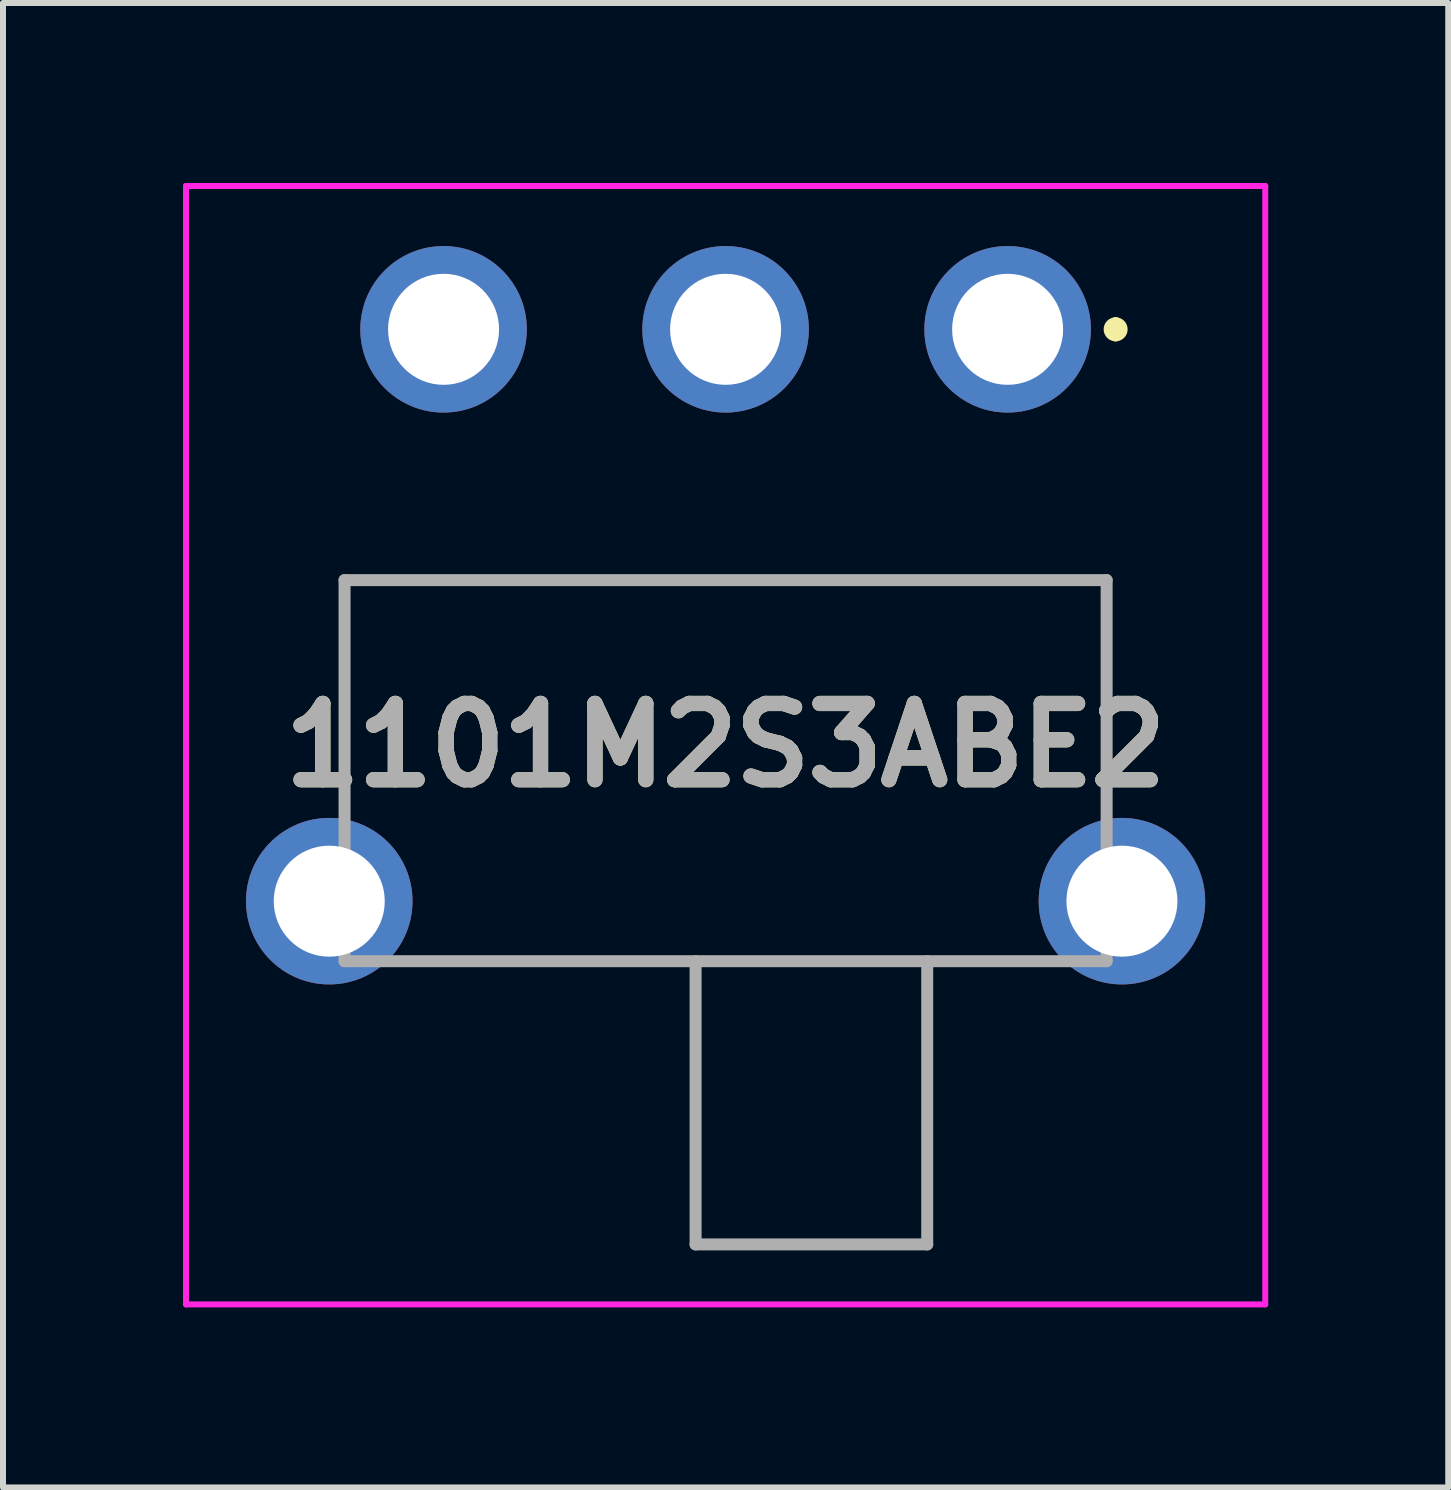
<source format=kicad_pcb>
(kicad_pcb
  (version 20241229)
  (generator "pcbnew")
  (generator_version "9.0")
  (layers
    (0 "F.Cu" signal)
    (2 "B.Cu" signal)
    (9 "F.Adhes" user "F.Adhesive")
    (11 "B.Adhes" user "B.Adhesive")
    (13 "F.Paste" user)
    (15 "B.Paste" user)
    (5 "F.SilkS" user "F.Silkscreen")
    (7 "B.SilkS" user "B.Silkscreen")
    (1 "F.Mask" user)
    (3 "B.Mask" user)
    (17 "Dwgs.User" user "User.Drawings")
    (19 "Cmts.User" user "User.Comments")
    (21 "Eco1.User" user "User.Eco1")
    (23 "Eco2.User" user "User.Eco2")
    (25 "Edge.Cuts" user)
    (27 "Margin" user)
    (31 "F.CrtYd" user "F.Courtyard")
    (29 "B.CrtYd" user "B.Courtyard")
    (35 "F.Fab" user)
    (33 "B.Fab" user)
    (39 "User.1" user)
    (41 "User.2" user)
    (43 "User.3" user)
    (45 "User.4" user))
  (footprint "1101M2S3ABE2"
    (layer "F.Cu")
    (at 13.742 2.438)
    (property "Reference" "1101M2S3ABE2" (at -4.7 6.931 0) (layer "F.SilkS") (effects (font (size 1.27 1.27) (thickness 0.254))))
    (attr through_hole)
    (fp_line (start -11.05 4.18) (end 1.65 4.18) (stroke (width 0.1) (type solid)) (layer "F.SilkS"))
    (fp_line (start -11.05 7.53) (end -11.05 4.18) (stroke (width 0.1) (type solid)) (layer "F.SilkS"))
    (fp_line (start -9.7 10.53) (end 0.3 10.53) (stroke (width 0.1) (type solid)) (layer "F.SilkS"))
    (fp_line (start 1.65 4.18) (end 1.65 7.53) (stroke (width 0.1) (type solid)) (layer "F.SilkS"))
    (fp_line (start 1.8 -0.1) (end 1.8 -0.1) (stroke (width 0.2) (type solid)) (layer "F.SilkS"))
    (fp_line (start 1.8 0.1) (end 1.8 0.1) (stroke (width 0.2) (type solid)) (layer "F.SilkS"))
    (fp_arc (start 1.8 -0.1) (mid 1.9 0) (end 1.8 0.1) (stroke (width 0.2) (type solid)) (layer "F.SilkS"))
    (fp_arc (start 1.8 0.1) (mid 1.7 0) (end 1.8 -0.1) (stroke (width 0.2) (type solid)) (layer "F.SilkS"))
    (fp_line (start -13.692 -2.388) (end 4.293 -2.388) (stroke (width 0.1) (type solid)) (layer "F.CrtYd"))
    (fp_line (start -13.692 16.25) (end -13.692 -2.388) (stroke (width 0.1) (type solid)) (layer "F.CrtYd"))
    (fp_line (start 4.293 -2.388) (end 4.293 16.25) (stroke (width 0.1) (type solid)) (layer "F.CrtYd"))
    (fp_line (start 4.293 16.25) (end -13.692 16.25) (stroke (width 0.1) (type solid)) (layer "F.CrtYd"))
    (fp_line (start -11.05 4.18) (end 1.65 4.18) (stroke (width 0.2) (type solid)) (layer "F.Fab"))
    (fp_line (start -11.05 10.53) (end -11.05 4.18) (stroke (width 0.2) (type solid)) (layer "F.Fab"))
    (fp_line (start -5.2 10.53) (end -5.2 15.25) (stroke (width 0.2) (type solid)) (layer "F.Fab"))
    (fp_line (start -5.2 15.25) (end -1.34 15.25) (stroke (width 0.2) (type solid)) (layer "F.Fab"))
    (fp_line (start -1.34 15.25) (end -1.34 10.53) (stroke (width 0.2) (type solid)) (layer "F.Fab"))
    (fp_line (start 1.65 4.18) (end 1.65 10.53) (stroke (width 0.2) (type solid)) (layer "F.Fab"))
    (fp_line (start 1.65 10.53) (end -11.05 10.53) (stroke (width 0.2) (type solid)) (layer "F.Fab"))
    (fp_text user "${REFERENCE}" (at -4.7 6.931 0) (layer "F.Fab") (effects (font (size 1.27 1.27) (thickness 0.254))))
    (pad "1" thru_hole circle (at 0 0) (size 2.775 2.775) (drill 1.85) (layers "*.Cu" "*.Mask"))
    (pad "2" thru_hole circle (at -4.7 0) (size 2.775 2.775) (drill 1.85) (layers "*.Cu" "*.Mask"))
    (pad "3" thru_hole circle (at -9.4 0) (size 2.775 2.775) (drill 1.85) (layers "*.Cu" "*.Mask"))
    (pad "4" thru_hole circle (at -11.305 9.53) (size 2.775 2.775) (drill 1.85) (layers "*.Cu" "*.Mask"))
    (pad "5" thru_hole circle (at 1.905 9.53) (size 2.775 2.775) (drill 1.85) (layers "*.Cu" "*.Mask")))
  (gr_rect
    (start -3 -3)
    (end 21.085 21.738)
    (stroke (width 0.1) (type default))
    (fill no)
    (layer "Edge.Cuts")))
</source>
